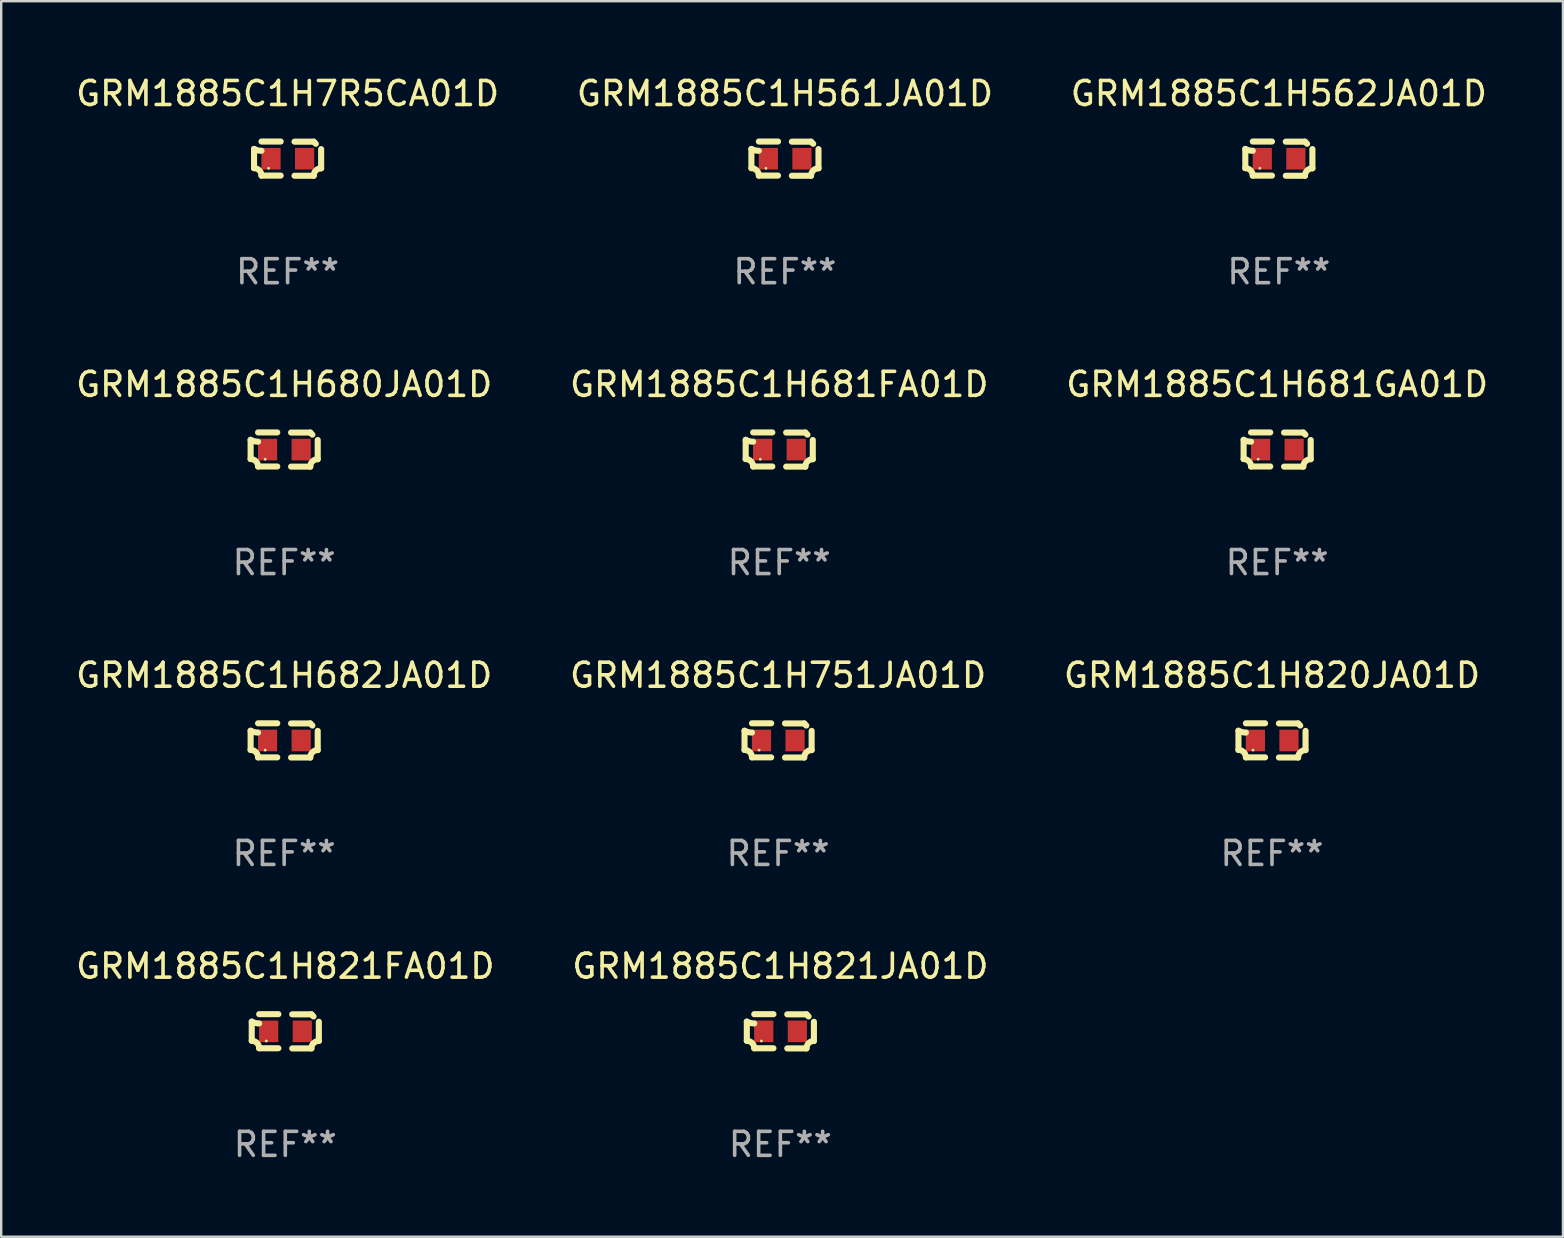
<source format=kicad_pcb>
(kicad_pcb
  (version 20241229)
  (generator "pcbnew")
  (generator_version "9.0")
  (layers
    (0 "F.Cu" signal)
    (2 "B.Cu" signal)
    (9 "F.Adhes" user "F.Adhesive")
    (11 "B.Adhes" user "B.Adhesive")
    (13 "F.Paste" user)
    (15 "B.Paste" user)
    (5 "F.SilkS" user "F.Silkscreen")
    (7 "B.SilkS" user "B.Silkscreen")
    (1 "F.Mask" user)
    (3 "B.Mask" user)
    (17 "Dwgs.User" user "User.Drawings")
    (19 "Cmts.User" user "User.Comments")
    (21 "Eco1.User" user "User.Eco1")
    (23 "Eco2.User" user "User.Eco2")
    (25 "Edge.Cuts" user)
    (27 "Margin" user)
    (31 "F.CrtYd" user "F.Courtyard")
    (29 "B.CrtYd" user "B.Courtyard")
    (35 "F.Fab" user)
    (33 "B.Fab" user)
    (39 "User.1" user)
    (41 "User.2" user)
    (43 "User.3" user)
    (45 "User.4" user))
  (footprint "GRM1885C1H821FA01D"
    (layer "F.Cu")
    (at 8.839 39.927)
    (property "Reference" "GRM1885C1H821FA01D" (at 0 -2.713 0) (layer "F.SilkS") (effects (font (size 1 1) (thickness 0.15))))
    (attr through_hole)
    (fp_line (start -1.398 -0.403) (end -1.398 0.397) (stroke (width 0.254) (type solid)) (layer "F.SilkS"))
    (fp_line (start -0.288 -0.713) (end -1.088 -0.713) (stroke (width 0.254) (type solid)) (layer "F.SilkS"))
    (fp_line (start -0.288 0.707) (end -1.088 0.707) (stroke (width 0.254) (type solid)) (layer "F.SilkS"))
    (fp_line (start 0.288 -0.707) (end 1.088 -0.707) (stroke (width 0.254) (type solid)) (layer "F.SilkS"))
    (fp_line (start 0.288 0.713) (end 1.088 0.713) (stroke (width 0.254) (type solid)) (layer "F.SilkS"))
    (fp_line (start 1.398 -0.397) (end 1.398 0.403) (stroke (width 0.254) (type solid)) (layer "F.SilkS"))
    (fp_arc (start -1.397789 0.397066) (mid -1.178701 0.487826) (end -1.08796 0.706922) (stroke (width 0.254001) (type solid)) (layer "F.SilkS"))
    (fp_arc (start -1.08796 -0.327176) (mid -1.247436 -0.346384) (end -1.39779 -0.402908) (stroke (width 0.254001) (type solid)) (layer "F.SilkS"))
    (fp_arc (start 1.087909 0.712738) (mid 1.178656 0.493655) (end 1.397739 0.402908) (stroke (width 0.254001) (type solid)) (layer "F.SilkS"))
    (fp_arc (start 1.175925 -0.618926) (mid 1.131917 -0.662923) (end 1.08791 -0.706922) (stroke (width 0.254001) (type solid)) (layer "F.SilkS"))
    (fp_circle (center -0.792 0.403) (end -0.762 0.403) (stroke (width 0.06) (type solid)) (fill no) (layer "F.SilkS"))
    (fp_text user "REF**" (at 0 4.713 0) (layer "F.Fab") (effects (font (size 1 1) (thickness 0.15))))
    (pad "1" smd rect (at -0.692 0.003) (size 0.8 0.9) (layers "F.Cu" "F.Mask" "F.Paste"))
    (pad "2" smd rect (at 0.708 0.003) (size 0.8 0.9) (layers "F.Cu" "F.Mask" "F.Paste")))
  (footprint "GRM1885C1H7R5CA01D"
    (layer "F.Cu")
    (at 8.935 3.561)
    (property "Reference" "GRM1885C1H7R5CA01D" (at 0 -2.713 0) (layer "F.SilkS") (effects (font (size 1 1) (thickness 0.15))))
    (attr through_hole)
    (fp_line (start -1.398 -0.403) (end -1.398 0.397) (stroke (width 0.254) (type solid)) (layer "F.SilkS"))
    (fp_line (start -0.288 -0.713) (end -1.088 -0.713) (stroke (width 0.254) (type solid)) (layer "F.SilkS"))
    (fp_line (start -0.288 0.707) (end -1.088 0.707) (stroke (width 0.254) (type solid)) (layer "F.SilkS"))
    (fp_line (start 0.288 -0.707) (end 1.088 -0.707) (stroke (width 0.254) (type solid)) (layer "F.SilkS"))
    (fp_line (start 0.288 0.713) (end 1.088 0.713) (stroke (width 0.254) (type solid)) (layer "F.SilkS"))
    (fp_line (start 1.398 -0.397) (end 1.398 0.403) (stroke (width 0.254) (type solid)) (layer "F.SilkS"))
    (fp_arc (start -1.397789 0.397066) (mid -1.178701 0.487826) (end -1.08796 0.706922) (stroke (width 0.254001) (type solid)) (layer "F.SilkS"))
    (fp_arc (start -1.08796 -0.327176) (mid -1.247436 -0.346384) (end -1.39779 -0.402908) (stroke (width 0.254001) (type solid)) (layer "F.SilkS"))
    (fp_arc (start 1.087909 0.712738) (mid 1.178656 0.493655) (end 1.397739 0.402908) (stroke (width 0.254001) (type solid)) (layer "F.SilkS"))
    (fp_arc (start 1.175925 -0.618926) (mid 1.131917 -0.662923) (end 1.08791 -0.706922) (stroke (width 0.254001) (type solid)) (layer "F.SilkS"))
    (fp_circle (center -0.792 0.403) (end -0.762 0.403) (stroke (width 0.06) (type solid)) (fill no) (layer "F.SilkS"))
    (fp_text user "REF**" (at 0 4.713 0) (layer "F.Fab") (effects (font (size 1 1) (thickness 0.15))))
    (pad "1" smd rect (at -0.692 0.003) (size 0.8 0.9) (layers "F.Cu" "F.Mask" "F.Paste"))
    (pad "2" smd rect (at 0.708 0.003) (size 0.8 0.9) (layers "F.Cu" "F.Mask" "F.Paste")))
  (footprint "GRM1885C1H821JA01D"
    (layer "F.Cu")
    (at 29.47 39.927)
    (property "Reference" "GRM1885C1H821JA01D" (at 0 -2.713 0) (layer "F.SilkS") (effects (font (size 1 1) (thickness 0.15))))
    (attr through_hole)
    (fp_line (start -1.398 -0.403) (end -1.398 0.397) (stroke (width 0.254) (type solid)) (layer "F.SilkS"))
    (fp_line (start -0.288 -0.713) (end -1.088 -0.713) (stroke (width 0.254) (type solid)) (layer "F.SilkS"))
    (fp_line (start -0.288 0.707) (end -1.088 0.707) (stroke (width 0.254) (type solid)) (layer "F.SilkS"))
    (fp_line (start 0.288 -0.707) (end 1.088 -0.707) (stroke (width 0.254) (type solid)) (layer "F.SilkS"))
    (fp_line (start 0.288 0.713) (end 1.088 0.713) (stroke (width 0.254) (type solid)) (layer "F.SilkS"))
    (fp_line (start 1.398 -0.397) (end 1.398 0.403) (stroke (width 0.254) (type solid)) (layer "F.SilkS"))
    (fp_arc (start -1.397789 0.397066) (mid -1.178701 0.487826) (end -1.08796 0.706922) (stroke (width 0.254001) (type solid)) (layer "F.SilkS"))
    (fp_arc (start -1.08796 -0.327176) (mid -1.247436 -0.346384) (end -1.39779 -0.402908) (stroke (width 0.254001) (type solid)) (layer "F.SilkS"))
    (fp_arc (start 1.087909 0.712738) (mid 1.178656 0.493655) (end 1.397739 0.402908) (stroke (width 0.254001) (type solid)) (layer "F.SilkS"))
    (fp_arc (start 1.175925 -0.618926) (mid 1.131917 -0.662923) (end 1.08791 -0.706922) (stroke (width 0.254001) (type solid)) (layer "F.SilkS"))
    (fp_circle (center -0.792 0.403) (end -0.762 0.403) (stroke (width 0.06) (type solid)) (fill no) (layer "F.SilkS"))
    (fp_text user "REF**" (at 0 4.713 0) (layer "F.Fab") (effects (font (size 1 1) (thickness 0.15))))
    (pad "1" smd rect (at -0.692 0.003) (size 0.8 0.9) (layers "F.Cu" "F.Mask" "F.Paste"))
    (pad "2" smd rect (at 0.708 0.003) (size 0.8 0.9) (layers "F.Cu" "F.Mask" "F.Paste")))
  (footprint "GRM1885C1H682JA01D"
    (layer "F.Cu")
    (at 8.792 27.805)
    (property "Reference" "GRM1885C1H682JA01D" (at 0 -2.713 0) (layer "F.SilkS") (effects (font (size 1 1) (thickness 0.15))))
    (attr through_hole)
    (fp_line (start -1.398 -0.403) (end -1.398 0.397) (stroke (width 0.254) (type solid)) (layer "F.SilkS"))
    (fp_line (start -0.288 -0.713) (end -1.088 -0.713) (stroke (width 0.254) (type solid)) (layer "F.SilkS"))
    (fp_line (start -0.288 0.707) (end -1.088 0.707) (stroke (width 0.254) (type solid)) (layer "F.SilkS"))
    (fp_line (start 0.288 -0.707) (end 1.088 -0.707) (stroke (width 0.254) (type solid)) (layer "F.SilkS"))
    (fp_line (start 0.288 0.713) (end 1.088 0.713) (stroke (width 0.254) (type solid)) (layer "F.SilkS"))
    (fp_line (start 1.398 -0.397) (end 1.398 0.403) (stroke (width 0.254) (type solid)) (layer "F.SilkS"))
    (fp_arc (start -1.397789 0.397066) (mid -1.178701 0.487826) (end -1.08796 0.706922) (stroke (width 0.254001) (type solid)) (layer "F.SilkS"))
    (fp_arc (start -1.08796 -0.327176) (mid -1.247436 -0.346384) (end -1.39779 -0.402908) (stroke (width 0.254001) (type solid)) (layer "F.SilkS"))
    (fp_arc (start 1.087909 0.712738) (mid 1.178656 0.493655) (end 1.397739 0.402908) (stroke (width 0.254001) (type solid)) (layer "F.SilkS"))
    (fp_arc (start 1.175925 -0.618926) (mid 1.131917 -0.662923) (end 1.08791 -0.706922) (stroke (width 0.254001) (type solid)) (layer "F.SilkS"))
    (fp_circle (center -0.792 0.403) (end -0.762 0.403) (stroke (width 0.06) (type solid)) (fill no) (layer "F.SilkS"))
    (fp_text user "REF**" (at 0 4.713 0) (layer "F.Fab") (effects (font (size 1 1) (thickness 0.15))))
    (pad "1" smd rect (at -0.692 0.003) (size 0.8 0.9) (layers "F.Cu" "F.Mask" "F.Paste"))
    (pad "2" smd rect (at 0.708 0.003) (size 0.8 0.9) (layers "F.Cu" "F.Mask" "F.Paste")))
  (footprint "GRM1885C1H680JA01D"
    (layer "F.Cu")
    (at 8.792 15.683)
    (property "Reference" "GRM1885C1H680JA01D" (at 0 -2.713 0) (layer "F.SilkS") (effects (font (size 1 1) (thickness 0.15))))
    (attr through_hole)
    (fp_line (start -1.398 -0.403) (end -1.398 0.397) (stroke (width 0.254) (type solid)) (layer "F.SilkS"))
    (fp_line (start -0.288 -0.713) (end -1.088 -0.713) (stroke (width 0.254) (type solid)) (layer "F.SilkS"))
    (fp_line (start -0.288 0.707) (end -1.088 0.707) (stroke (width 0.254) (type solid)) (layer "F.SilkS"))
    (fp_line (start 0.288 -0.707) (end 1.088 -0.707) (stroke (width 0.254) (type solid)) (layer "F.SilkS"))
    (fp_line (start 0.288 0.713) (end 1.088 0.713) (stroke (width 0.254) (type solid)) (layer "F.SilkS"))
    (fp_line (start 1.398 -0.397) (end 1.398 0.403) (stroke (width 0.254) (type solid)) (layer "F.SilkS"))
    (fp_arc (start -1.397789 0.397066) (mid -1.178701 0.487826) (end -1.08796 0.706922) (stroke (width 0.254001) (type solid)) (layer "F.SilkS"))
    (fp_arc (start -1.08796 -0.327176) (mid -1.247436 -0.346384) (end -1.39779 -0.402908) (stroke (width 0.254001) (type solid)) (layer "F.SilkS"))
    (fp_arc (start 1.087909 0.712738) (mid 1.178656 0.493655) (end 1.397739 0.402908) (stroke (width 0.254001) (type solid)) (layer "F.SilkS"))
    (fp_arc (start 1.175925 -0.618926) (mid 1.131917 -0.662923) (end 1.08791 -0.706922) (stroke (width 0.254001) (type solid)) (layer "F.SilkS"))
    (fp_circle (center -0.792 0.403) (end -0.762 0.403) (stroke (width 0.06) (type solid)) (fill no) (layer "F.SilkS"))
    (fp_text user "REF**" (at 0 4.713 0) (layer "F.Fab") (effects (font (size 1 1) (thickness 0.15))))
    (pad "1" smd rect (at -0.692 0.003) (size 0.8 0.9) (layers "F.Cu" "F.Mask" "F.Paste"))
    (pad "2" smd rect (at 0.708 0.003) (size 0.8 0.9) (layers "F.Cu" "F.Mask" "F.Paste")))
  (footprint "GRM1885C1H751JA01D"
    (layer "F.Cu")
    (at 29.375 27.805)
    (property "Reference" "GRM1885C1H751JA01D" (at 0 -2.713 0) (layer "F.SilkS") (effects (font (size 1 1) (thickness 0.15))))
    (attr through_hole)
    (fp_line (start -1.398 -0.403) (end -1.398 0.397) (stroke (width 0.254) (type solid)) (layer "F.SilkS"))
    (fp_line (start -0.288 -0.713) (end -1.088 -0.713) (stroke (width 0.254) (type solid)) (layer "F.SilkS"))
    (fp_line (start -0.288 0.707) (end -1.088 0.707) (stroke (width 0.254) (type solid)) (layer "F.SilkS"))
    (fp_line (start 0.288 -0.707) (end 1.088 -0.707) (stroke (width 0.254) (type solid)) (layer "F.SilkS"))
    (fp_line (start 0.288 0.713) (end 1.088 0.713) (stroke (width 0.254) (type solid)) (layer "F.SilkS"))
    (fp_line (start 1.398 -0.397) (end 1.398 0.403) (stroke (width 0.254) (type solid)) (layer "F.SilkS"))
    (fp_arc (start -1.397789 0.397066) (mid -1.178701 0.487826) (end -1.08796 0.706922) (stroke (width 0.254001) (type solid)) (layer "F.SilkS"))
    (fp_arc (start -1.08796 -0.327176) (mid -1.247436 -0.346384) (end -1.39779 -0.402908) (stroke (width 0.254001) (type solid)) (layer "F.SilkS"))
    (fp_arc (start 1.087909 0.712738) (mid 1.178656 0.493655) (end 1.397739 0.402908) (stroke (width 0.254001) (type solid)) (layer "F.SilkS"))
    (fp_arc (start 1.175925 -0.618926) (mid 1.131917 -0.662923) (end 1.08791 -0.706922) (stroke (width 0.254001) (type solid)) (layer "F.SilkS"))
    (fp_circle (center -0.792 0.403) (end -0.762 0.403) (stroke (width 0.06) (type solid)) (fill no) (layer "F.SilkS"))
    (fp_text user "REF**" (at 0 4.713 0) (layer "F.Fab") (effects (font (size 1 1) (thickness 0.15))))
    (pad "1" smd rect (at -0.692 0.003) (size 0.8 0.9) (layers "F.Cu" "F.Mask" "F.Paste"))
    (pad "2" smd rect (at 0.708 0.003) (size 0.8 0.9) (layers "F.Cu" "F.Mask" "F.Paste")))
  (footprint "GRM1885C1H562JA01D"
    (layer "F.Cu")
    (at 50.244 3.561)
    (property "Reference" "GRM1885C1H562JA01D" (at 0 -2.713 0) (layer "F.SilkS") (effects (font (size 1 1) (thickness 0.15))))
    (attr through_hole)
    (fp_line (start -1.398 -0.403) (end -1.398 0.397) (stroke (width 0.254) (type solid)) (layer "F.SilkS"))
    (fp_line (start -0.288 -0.713) (end -1.088 -0.713) (stroke (width 0.254) (type solid)) (layer "F.SilkS"))
    (fp_line (start -0.288 0.707) (end -1.088 0.707) (stroke (width 0.254) (type solid)) (layer "F.SilkS"))
    (fp_line (start 0.288 -0.707) (end 1.088 -0.707) (stroke (width 0.254) (type solid)) (layer "F.SilkS"))
    (fp_line (start 0.288 0.713) (end 1.088 0.713) (stroke (width 0.254) (type solid)) (layer "F.SilkS"))
    (fp_line (start 1.398 -0.397) (end 1.398 0.403) (stroke (width 0.254) (type solid)) (layer "F.SilkS"))
    (fp_arc (start -1.397789 0.397066) (mid -1.178701 0.487826) (end -1.08796 0.706922) (stroke (width 0.254001) (type solid)) (layer "F.SilkS"))
    (fp_arc (start -1.08796 -0.327176) (mid -1.247436 -0.346384) (end -1.39779 -0.402908) (stroke (width 0.254001) (type solid)) (layer "F.SilkS"))
    (fp_arc (start 1.087909 0.712738) (mid 1.178656 0.493655) (end 1.397739 0.402908) (stroke (width 0.254001) (type solid)) (layer "F.SilkS"))
    (fp_arc (start 1.175925 -0.618926) (mid 1.131917 -0.662923) (end 1.08791 -0.706922) (stroke (width 0.254001) (type solid)) (layer "F.SilkS"))
    (fp_circle (center -0.792 0.403) (end -0.762 0.403) (stroke (width 0.06) (type solid)) (fill no) (layer "F.SilkS"))
    (fp_text user "REF**" (at 0 4.713 0) (layer "F.Fab") (effects (font (size 1 1) (thickness 0.15))))
    (pad "1" smd rect (at -0.692 0.003) (size 0.8 0.9) (layers "F.Cu" "F.Mask" "F.Paste"))
    (pad "2" smd rect (at 0.708 0.003) (size 0.8 0.9) (layers "F.Cu" "F.Mask" "F.Paste")))
  (footprint "GRM1885C1H681GA01D"
    (layer "F.Cu")
    (at 50.173 15.683)
    (property "Reference" "GRM1885C1H681GA01D" (at 0 -2.713 0) (layer "F.SilkS") (effects (font (size 1 1) (thickness 0.15))))
    (attr through_hole)
    (fp_line (start -1.398 -0.403) (end -1.398 0.397) (stroke (width 0.254) (type solid)) (layer "F.SilkS"))
    (fp_line (start -0.288 -0.713) (end -1.088 -0.713) (stroke (width 0.254) (type solid)) (layer "F.SilkS"))
    (fp_line (start -0.288 0.707) (end -1.088 0.707) (stroke (width 0.254) (type solid)) (layer "F.SilkS"))
    (fp_line (start 0.288 -0.707) (end 1.088 -0.707) (stroke (width 0.254) (type solid)) (layer "F.SilkS"))
    (fp_line (start 0.288 0.713) (end 1.088 0.713) (stroke (width 0.254) (type solid)) (layer "F.SilkS"))
    (fp_line (start 1.398 -0.397) (end 1.398 0.403) (stroke (width 0.254) (type solid)) (layer "F.SilkS"))
    (fp_arc (start -1.397789 0.397066) (mid -1.178701 0.487826) (end -1.08796 0.706922) (stroke (width 0.254001) (type solid)) (layer "F.SilkS"))
    (fp_arc (start -1.08796 -0.327176) (mid -1.247436 -0.346384) (end -1.39779 -0.402908) (stroke (width 0.254001) (type solid)) (layer "F.SilkS"))
    (fp_arc (start 1.087909 0.712738) (mid 1.178656 0.493655) (end 1.397739 0.402908) (stroke (width 0.254001) (type solid)) (layer "F.SilkS"))
    (fp_arc (start 1.175925 -0.618926) (mid 1.131917 -0.662923) (end 1.08791 -0.706922) (stroke (width 0.254001) (type solid)) (layer "F.SilkS"))
    (fp_circle (center -0.792 0.403) (end -0.762 0.403) (stroke (width 0.06) (type solid)) (fill no) (layer "F.SilkS"))
    (fp_text user "REF**" (at 0 4.713 0) (layer "F.Fab") (effects (font (size 1 1) (thickness 0.15))))
    (pad "1" smd rect (at -0.692 0.003) (size 0.8 0.9) (layers "F.Cu" "F.Mask" "F.Paste"))
    (pad "2" smd rect (at 0.708 0.003) (size 0.8 0.9) (layers "F.Cu" "F.Mask" "F.Paste")))
  (footprint "GRM1885C1H820JA01D"
    (layer "F.Cu")
    (at 49.958 27.805)
    (property "Reference" "GRM1885C1H820JA01D" (at 0 -2.713 0) (layer "F.SilkS") (effects (font (size 1 1) (thickness 0.15))))
    (attr through_hole)
    (fp_line (start -1.398 -0.403) (end -1.398 0.397) (stroke (width 0.254) (type solid)) (layer "F.SilkS"))
    (fp_line (start -0.288 -0.713) (end -1.088 -0.713) (stroke (width 0.254) (type solid)) (layer "F.SilkS"))
    (fp_line (start -0.288 0.707) (end -1.088 0.707) (stroke (width 0.254) (type solid)) (layer "F.SilkS"))
    (fp_line (start 0.288 -0.707) (end 1.088 -0.707) (stroke (width 0.254) (type solid)) (layer "F.SilkS"))
    (fp_line (start 0.288 0.713) (end 1.088 0.713) (stroke (width 0.254) (type solid)) (layer "F.SilkS"))
    (fp_line (start 1.398 -0.397) (end 1.398 0.403) (stroke (width 0.254) (type solid)) (layer "F.SilkS"))
    (fp_arc (start -1.397789 0.397066) (mid -1.178701 0.487826) (end -1.08796 0.706922) (stroke (width 0.254001) (type solid)) (layer "F.SilkS"))
    (fp_arc (start -1.08796 -0.327176) (mid -1.247436 -0.346384) (end -1.39779 -0.402908) (stroke (width 0.254001) (type solid)) (layer "F.SilkS"))
    (fp_arc (start 1.087909 0.712738) (mid 1.178656 0.493655) (end 1.397739 0.402908) (stroke (width 0.254001) (type solid)) (layer "F.SilkS"))
    (fp_arc (start 1.175925 -0.618926) (mid 1.131917 -0.662923) (end 1.08791 -0.706922) (stroke (width 0.254001) (type solid)) (layer "F.SilkS"))
    (fp_circle (center -0.792 0.403) (end -0.762 0.403) (stroke (width 0.06) (type solid)) (fill no) (layer "F.SilkS"))
    (fp_text user "REF**" (at 0 4.713 0) (layer "F.Fab") (effects (font (size 1 1) (thickness 0.15))))
    (pad "1" smd rect (at -0.692 0.003) (size 0.8 0.9) (layers "F.Cu" "F.Mask" "F.Paste"))
    (pad "2" smd rect (at 0.708 0.003) (size 0.8 0.9) (layers "F.Cu" "F.Mask" "F.Paste")))
  (footprint "GRM1885C1H561JA01D"
    (layer "F.Cu")
    (at 29.661 3.561)
    (property "Reference" "GRM1885C1H561JA01D" (at 0 -2.713 0) (layer "F.SilkS") (effects (font (size 1 1) (thickness 0.15))))
    (attr through_hole)
    (fp_line (start -1.398 -0.403) (end -1.398 0.397) (stroke (width 0.254) (type solid)) (layer "F.SilkS"))
    (fp_line (start -0.288 -0.713) (end -1.088 -0.713) (stroke (width 0.254) (type solid)) (layer "F.SilkS"))
    (fp_line (start -0.288 0.707) (end -1.088 0.707) (stroke (width 0.254) (type solid)) (layer "F.SilkS"))
    (fp_line (start 0.288 -0.707) (end 1.088 -0.707) (stroke (width 0.254) (type solid)) (layer "F.SilkS"))
    (fp_line (start 0.288 0.713) (end 1.088 0.713) (stroke (width 0.254) (type solid)) (layer "F.SilkS"))
    (fp_line (start 1.398 -0.397) (end 1.398 0.403) (stroke (width 0.254) (type solid)) (layer "F.SilkS"))
    (fp_arc (start -1.397789 0.397066) (mid -1.178701 0.487826) (end -1.08796 0.706922) (stroke (width 0.254001) (type solid)) (layer "F.SilkS"))
    (fp_arc (start -1.08796 -0.327176) (mid -1.247436 -0.346384) (end -1.39779 -0.402908) (stroke (width 0.254001) (type solid)) (layer "F.SilkS"))
    (fp_arc (start 1.087909 0.712738) (mid 1.178656 0.493655) (end 1.397739 0.402908) (stroke (width 0.254001) (type solid)) (layer "F.SilkS"))
    (fp_arc (start 1.175925 -0.618926) (mid 1.131917 -0.662923) (end 1.08791 -0.706922) (stroke (width 0.254001) (type solid)) (layer "F.SilkS"))
    (fp_circle (center -0.792 0.403) (end -0.762 0.403) (stroke (width 0.06) (type solid)) (fill no) (layer "F.SilkS"))
    (fp_text user "REF**" (at 0 4.713 0) (layer "F.Fab") (effects (font (size 1 1) (thickness 0.15))))
    (pad "1" smd rect (at -0.692 0.003) (size 0.8 0.9) (layers "F.Cu" "F.Mask" "F.Paste"))
    (pad "2" smd rect (at 0.708 0.003) (size 0.8 0.9) (layers "F.Cu" "F.Mask" "F.Paste")))
  (footprint "GRM1885C1H681FA01D"
    (layer "F.Cu")
    (at 29.423 15.683)
    (property "Reference" "GRM1885C1H681FA01D" (at 0 -2.713 0) (layer "F.SilkS") (effects (font (size 1 1) (thickness 0.15))))
    (attr through_hole)
    (fp_line (start -1.398 -0.403) (end -1.398 0.397) (stroke (width 0.254) (type solid)) (layer "F.SilkS"))
    (fp_line (start -0.288 -0.713) (end -1.088 -0.713) (stroke (width 0.254) (type solid)) (layer "F.SilkS"))
    (fp_line (start -0.288 0.707) (end -1.088 0.707) (stroke (width 0.254) (type solid)) (layer "F.SilkS"))
    (fp_line (start 0.288 -0.707) (end 1.088 -0.707) (stroke (width 0.254) (type solid)) (layer "F.SilkS"))
    (fp_line (start 0.288 0.713) (end 1.088 0.713) (stroke (width 0.254) (type solid)) (layer "F.SilkS"))
    (fp_line (start 1.398 -0.397) (end 1.398 0.403) (stroke (width 0.254) (type solid)) (layer "F.SilkS"))
    (fp_arc (start -1.397789 0.397066) (mid -1.178701 0.487826) (end -1.08796 0.706922) (stroke (width 0.254001) (type solid)) (layer "F.SilkS"))
    (fp_arc (start -1.08796 -0.327176) (mid -1.247436 -0.346384) (end -1.39779 -0.402908) (stroke (width 0.254001) (type solid)) (layer "F.SilkS"))
    (fp_arc (start 1.087909 0.712738) (mid 1.178656 0.493655) (end 1.397739 0.402908) (stroke (width 0.254001) (type solid)) (layer "F.SilkS"))
    (fp_arc (start 1.175925 -0.618926) (mid 1.131917 -0.662923) (end 1.08791 -0.706922) (stroke (width 0.254001) (type solid)) (layer "F.SilkS"))
    (fp_circle (center -0.792 0.403) (end -0.762 0.403) (stroke (width 0.06) (type solid)) (fill no) (layer "F.SilkS"))
    (fp_text user "REF**" (at 0 4.713 0) (layer "F.Fab") (effects (font (size 1 1) (thickness 0.15))))
    (pad "1" smd rect (at -0.692 0.003) (size 0.8 0.9) (layers "F.Cu" "F.Mask" "F.Paste"))
    (pad "2" smd rect (at 0.708 0.003) (size 0.8 0.9) (layers "F.Cu" "F.Mask" "F.Paste")))
  (gr_rect
    (start -3 -3)
    (end 62.083 48.488)
    (stroke (width 0.1) (type default))
    (fill no)
    (layer "Edge.Cuts")))
</source>
